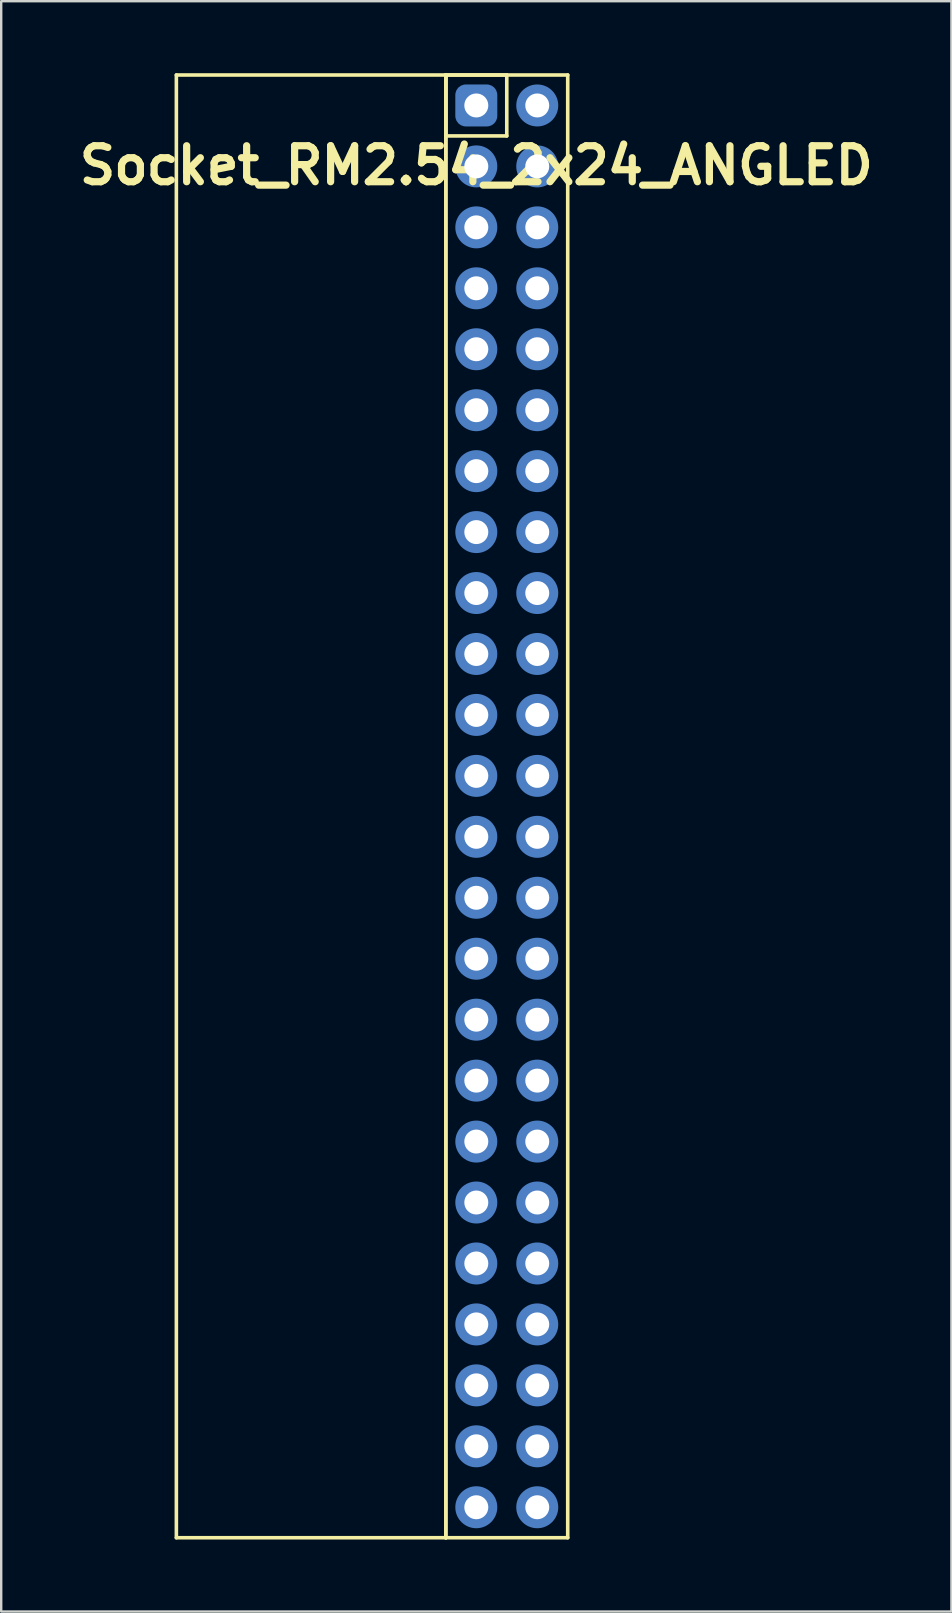
<source format=kicad_pcb>
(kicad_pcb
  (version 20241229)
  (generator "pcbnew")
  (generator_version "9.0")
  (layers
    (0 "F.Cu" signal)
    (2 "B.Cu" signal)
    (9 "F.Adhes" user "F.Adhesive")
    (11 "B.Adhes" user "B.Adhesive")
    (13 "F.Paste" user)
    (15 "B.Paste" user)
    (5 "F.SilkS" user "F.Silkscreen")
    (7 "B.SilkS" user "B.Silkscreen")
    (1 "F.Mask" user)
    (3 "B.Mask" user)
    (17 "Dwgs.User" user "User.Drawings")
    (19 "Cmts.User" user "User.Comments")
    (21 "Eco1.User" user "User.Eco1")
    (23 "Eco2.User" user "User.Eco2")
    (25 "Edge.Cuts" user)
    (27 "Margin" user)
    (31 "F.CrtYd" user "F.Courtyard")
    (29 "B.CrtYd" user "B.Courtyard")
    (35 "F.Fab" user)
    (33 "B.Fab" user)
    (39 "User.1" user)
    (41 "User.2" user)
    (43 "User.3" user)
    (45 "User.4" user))
  (footprint "Socket_RM2.54_2x24_ANGLED"
    (layer "F.Cu")
    (at 16.8 1.345)
    (property "Reference" "Socket_RM2.54_2x24_ANGLED" (at 0 2.5 0) (layer "F.SilkS") (effects (font (size 1.5 1.5) (thickness 0.3))))
    (attr through_hole)
    (fp_line (start -12.5 -1.27) (end -1.27 -1.27) (stroke (width 0.15) (type solid)) (layer "F.SilkS"))
    (fp_line (start -12.5 59.69) (end -12.5 -1.27) (stroke (width 0.15) (type solid)) (layer "F.SilkS"))
    (fp_line (start -1.27 -1.27) (end -1.27 59.69) (stroke (width 0.15) (type solid)) (layer "F.SilkS"))
    (fp_line (start -1.27 -1.27) (end 1.27 -1.27) (stroke (width 0.15) (type solid)) (layer "F.SilkS"))
    (fp_line (start -1.27 -1.27) (end 3.81 -1.27) (stroke (width 0.15) (type solid)) (layer "F.SilkS"))
    (fp_line (start -1.27 1.27) (end -1.27 -1.27) (stroke (width 0.15) (type solid)) (layer "F.SilkS"))
    (fp_line (start -1.27 59.69) (end -12.5 59.69) (stroke (width 0.15) (type solid)) (layer "F.SilkS"))
    (fp_line (start -1.27 59.69) (end -1.27 -1.27) (stroke (width 0.15) (type solid)) (layer "F.SilkS"))
    (fp_line (start 1.27 -1.27) (end 1.27 1.27) (stroke (width 0.15) (type solid)) (layer "F.SilkS"))
    (fp_line (start 1.27 1.27) (end -1.27 1.27) (stroke (width 0.15) (type solid)) (layer "F.SilkS"))
    (fp_line (start 3.81 -1.27) (end 3.81 59.69) (stroke (width 0.15) (type solid)) (layer "F.SilkS"))
    (fp_line (start 3.81 59.69) (end -1.27 59.69) (stroke (width 0.15) (type solid)) (layer "F.SilkS"))
    (pad "1" thru_hole circle (at 0 0) (size 1.3 1.3) (drill 1) (layers "*.Cu" "*.Mask"))
    (pad "1" smd roundrect (at 0 0) (size 1.5 1.5) (layers "F.Cu" "F.Mask") (roundrect_rratio 0.25))
    (pad "1" smd roundrect (at 0 0) (size 1.75 1.75) (layers "B.Cu" "B.Mask") (roundrect_rratio 0.25))
    (pad "2" thru_hole circle (at 2.54 0) (size 1.3 1.3) (drill 1) (layers "*.Cu" "*.Mask"))
    (pad "2" smd circle (at 2.54 0) (size 1.5 1.5) (layers "F.Cu" "F.Mask"))
    (pad "2" smd circle (at 2.54 0) (size 1.75 1.75) (layers "B.Cu" "B.Mask"))
    (pad "3" thru_hole circle (at 0 2.54) (size 1.3 1.3) (drill 1) (layers "*.Cu" "*.Mask"))
    (pad "3" smd circle (at 0 2.54) (size 1.5 1.5) (layers "F.Cu" "F.Mask"))
    (pad "3" smd circle (at 0 2.54) (size 1.75 1.75) (layers "B.Cu" "B.Mask"))
    (pad "4" thru_hole circle (at 2.54 2.54) (size 1.3 1.3) (drill 1) (layers "*.Cu" "*.Mask"))
    (pad "4" smd circle (at 2.54 2.54) (size 1.5 1.5) (layers "F.Cu" "F.Mask"))
    (pad "4" smd circle (at 2.54 2.54) (size 1.75 1.75) (layers "B.Cu" "B.Mask"))
    (pad "5" thru_hole circle (at 0 5.08) (size 1.3 1.3) (drill 1) (layers "*.Cu" "*.Mask"))
    (pad "5" smd circle (at 0 5.08) (size 1.5 1.5) (layers "F.Cu" "F.Mask"))
    (pad "5" smd circle (at 0 5.08) (size 1.75 1.75) (layers "B.Cu" "B.Mask"))
    (pad "6" thru_hole circle (at 2.54 5.08) (size 1.3 1.3) (drill 1) (layers "*.Cu" "*.Mask"))
    (pad "6" smd circle (at 2.54 5.08) (size 1.5 1.5) (layers "F.Cu" "F.Mask"))
    (pad "6" smd circle (at 2.54 5.08) (size 1.75 1.75) (layers "B.Cu" "B.Mask"))
    (pad "7" thru_hole circle (at 0 7.62) (size 1.3 1.3) (drill 1) (layers "*.Cu" "*.Mask"))
    (pad "7" smd circle (at 0 7.62) (size 1.5 1.5) (layers "F.Cu" "F.Mask"))
    (pad "7" smd circle (at 0 7.62) (size 1.75 1.75) (layers "B.Cu" "B.Mask"))
    (pad "8" thru_hole circle (at 2.54 7.62) (size 1.3 1.3) (drill 1) (layers "*.Cu" "*.Mask"))
    (pad "8" smd circle (at 2.54 7.62) (size 1.5 1.5) (layers "F.Cu" "F.Mask"))
    (pad "8" smd circle (at 2.54 7.62) (size 1.75 1.75) (layers "B.Cu" "B.Mask"))
    (pad "9" thru_hole circle (at 0 10.16) (size 1.3 1.3) (drill 1) (layers "*.Cu" "*.Mask"))
    (pad "9" smd circle (at 0 10.16) (size 1.5 1.5) (layers "F.Cu" "F.Mask"))
    (pad "9" smd circle (at 0 10.16) (size 1.75 1.75) (layers "B.Cu" "B.Mask"))
    (pad "10" thru_hole circle (at 2.54 10.16) (size 1.3 1.3) (drill 1) (layers "*.Cu" "*.Mask"))
    (pad "10" smd circle (at 2.54 10.16) (size 1.5 1.5) (layers "F.Cu" "F.Mask"))
    (pad "10" smd circle (at 2.54 10.16) (size 1.75 1.75) (layers "B.Cu" "B.Mask"))
    (pad "11" thru_hole circle (at 0 12.7) (size 1.3 1.3) (drill 1) (layers "*.Cu" "*.Mask"))
    (pad "11" smd circle (at 0 12.7) (size 1.5 1.5) (layers "F.Cu" "F.Mask"))
    (pad "11" smd circle (at 0 12.7) (size 1.75 1.75) (layers "B.Cu" "B.Mask"))
    (pad "12" thru_hole circle (at 2.54 12.7) (size 1.3 1.3) (drill 1) (layers "*.Cu" "*.Mask"))
    (pad "12" smd circle (at 2.54 12.7) (size 1.5 1.5) (layers "F.Cu" "F.Mask"))
    (pad "12" smd circle (at 2.54 12.7) (size 1.75 1.75) (layers "B.Cu" "B.Mask"))
    (pad "13" thru_hole circle (at 0 15.24) (size 1.3 1.3) (drill 1) (layers "*.Cu" "*.Mask"))
    (pad "13" smd circle (at 0 15.24) (size 1.5 1.5) (layers "F.Cu" "F.Mask"))
    (pad "13" smd circle (at 0 15.24) (size 1.75 1.75) (layers "B.Cu" "B.Mask"))
    (pad "14" thru_hole circle (at 2.54 15.24) (size 1.3 1.3) (drill 1) (layers "*.Cu" "*.Mask"))
    (pad "14" smd circle (at 2.54 15.24) (size 1.5 1.5) (layers "F.Cu" "F.Mask"))
    (pad "14" smd circle (at 2.54 15.24) (size 1.75 1.75) (layers "B.Cu" "B.Mask"))
    (pad "15" thru_hole circle (at 0 17.78) (size 1.3 1.3) (drill 1) (layers "*.Cu" "*.Mask"))
    (pad "15" smd circle (at 0 17.78) (size 1.5 1.5) (layers "F.Cu" "F.Mask"))
    (pad "15" smd circle (at 0 17.78) (size 1.75 1.75) (layers "B.Cu" "B.Mask"))
    (pad "16" thru_hole circle (at 2.54 17.78) (size 1.3 1.3) (drill 1) (layers "*.Cu" "*.Mask"))
    (pad "16" smd circle (at 2.54 17.78) (size 1.5 1.5) (layers "F.Cu" "F.Mask"))
    (pad "16" smd circle (at 2.54 17.78) (size 1.75 1.75) (layers "B.Cu" "B.Mask"))
    (pad "17" thru_hole circle (at 0 20.32) (size 1.3 1.3) (drill 1) (layers "*.Cu" "*.Mask"))
    (pad "17" smd circle (at 0 20.32) (size 1.5 1.5) (layers "F.Cu" "F.Mask"))
    (pad "17" smd circle (at 0 20.32) (size 1.75 1.75) (layers "B.Cu" "B.Mask"))
    (pad "18" thru_hole circle (at 2.54 20.32) (size 1.3 1.3) (drill 1) (layers "*.Cu" "*.Mask"))
    (pad "18" smd circle (at 2.54 20.32) (size 1.5 1.5) (layers "F.Cu" "F.Mask"))
    (pad "18" smd circle (at 2.54 20.32) (size 1.75 1.75) (layers "B.Cu" "B.Mask"))
    (pad "19" thru_hole circle (at 0 22.86) (size 1.3 1.3) (drill 1) (layers "*.Cu" "*.Mask"))
    (pad "19" smd circle (at 0 22.86) (size 1.5 1.5) (layers "F.Cu" "F.Mask"))
    (pad "19" smd circle (at 0 22.86) (size 1.75 1.75) (layers "B.Cu" "B.Mask"))
    (pad "20" thru_hole circle (at 2.54 22.86) (size 1.3 1.3) (drill 1) (layers "*.Cu" "*.Mask"))
    (pad "20" smd circle (at 2.54 22.86) (size 1.5 1.5) (layers "F.Cu" "F.Mask"))
    (pad "20" smd circle (at 2.54 22.86) (size 1.75 1.75) (layers "B.Cu" "B.Mask"))
    (pad "21" thru_hole circle (at 0 25.4) (size 1.3 1.3) (drill 1) (layers "*.Cu" "*.Mask"))
    (pad "21" smd circle (at 0 25.4) (size 1.5 1.5) (layers "F.Cu" "F.Mask"))
    (pad "21" smd circle (at 0 25.4) (size 1.75 1.75) (layers "B.Cu" "B.Mask"))
    (pad "22" thru_hole circle (at 2.54 25.4) (size 1.3 1.3) (drill 1) (layers "*.Cu" "*.Mask"))
    (pad "22" smd circle (at 2.54 25.4) (size 1.5 1.5) (layers "F.Cu" "F.Mask"))
    (pad "22" smd circle (at 2.54 25.4) (size 1.75 1.75) (layers "B.Cu" "B.Mask"))
    (pad "23" thru_hole circle (at 0 27.94) (size 1.3 1.3) (drill 1) (layers "*.Cu" "*.Mask"))
    (pad "23" smd circle (at 0 27.94) (size 1.5 1.5) (layers "F.Cu" "F.Mask"))
    (pad "23" smd circle (at 0 27.94) (size 1.75 1.75) (layers "B.Cu" "B.Mask"))
    (pad "24" thru_hole circle (at 2.54 27.94) (size 1.3 1.3) (drill 1) (layers "*.Cu" "*.Mask"))
    (pad "24" smd circle (at 2.54 27.94) (size 1.5 1.5) (layers "F.Cu" "F.Mask"))
    (pad "24" smd circle (at 2.54 27.94) (size 1.75 1.75) (layers "B.Cu" "B.Mask"))
    (pad "25" thru_hole circle (at 0 30.48) (size 1.3 1.3) (drill 1) (layers "*.Cu" "*.Mask"))
    (pad "25" smd circle (at 0 30.48) (size 1.5 1.5) (layers "F.Cu" "F.Mask"))
    (pad "25" smd circle (at 0 30.48) (size 1.75 1.75) (layers "B.Cu" "B.Mask"))
    (pad "26" thru_hole circle (at 2.54 30.48) (size 1.3 1.3) (drill 1) (layers "*.Cu" "*.Mask"))
    (pad "26" smd circle (at 2.54 30.48) (size 1.5 1.5) (layers "F.Cu" "F.Mask"))
    (pad "26" smd circle (at 2.54 30.48) (size 1.75 1.75) (layers "B.Cu" "B.Mask"))
    (pad "27" thru_hole circle (at 0 33.02) (size 1.3 1.3) (drill 1) (layers "*.Cu" "*.Mask"))
    (pad "27" smd circle (at 0 33.02) (size 1.5 1.5) (layers "F.Cu" "F.Mask"))
    (pad "27" smd circle (at 0 33.02) (size 1.75 1.75) (layers "B.Cu" "B.Mask"))
    (pad "28" thru_hole circle (at 2.54 33.02) (size 1.3 1.3) (drill 1) (layers "*.Cu" "*.Mask"))
    (pad "28" smd circle (at 2.54 33.02) (size 1.5 1.5) (layers "F.Cu" "F.Mask"))
    (pad "28" smd circle (at 2.54 33.02) (size 1.75 1.75) (layers "B.Cu" "B.Mask"))
    (pad "29" thru_hole circle (at 0 35.56) (size 1.3 1.3) (drill 1) (layers "*.Cu" "*.Mask"))
    (pad "29" smd circle (at 0 35.56) (size 1.5 1.5) (layers "F.Cu" "F.Mask"))
    (pad "29" smd circle (at 0 35.56) (size 1.75 1.75) (layers "B.Cu" "B.Mask"))
    (pad "30" thru_hole circle (at 2.54 35.56) (size 1.3 1.3) (drill 1) (layers "*.Cu" "*.Mask"))
    (pad "30" smd circle (at 2.54 35.56) (size 1.5 1.5) (layers "F.Cu" "F.Mask"))
    (pad "30" smd circle (at 2.54 35.56) (size 1.75 1.75) (layers "B.Cu" "B.Mask"))
    (pad "31" thru_hole circle (at 0 38.1) (size 1.3 1.3) (drill 1) (layers "*.Cu" "*.Mask"))
    (pad "31" smd circle (at 0 38.1) (size 1.5 1.5) (layers "F.Cu" "F.Mask"))
    (pad "31" smd circle (at 0 38.1) (size 1.75 1.75) (layers "B.Cu" "B.Mask"))
    (pad "32" thru_hole circle (at 2.54 38.1) (size 1.3 1.3) (drill 1) (layers "*.Cu" "*.Mask"))
    (pad "32" smd circle (at 2.54 38.1) (size 1.5 1.5) (layers "F.Cu" "F.Mask"))
    (pad "32" smd circle (at 2.54 38.1) (size 1.75 1.75) (layers "B.Cu" "B.Mask"))
    (pad "33" thru_hole circle (at 0 40.64) (size 1.3 1.3) (drill 1) (layers "*.Cu" "*.Mask"))
    (pad "33" smd circle (at 0 40.64) (size 1.5 1.5) (layers "F.Cu" "F.Mask"))
    (pad "33" smd circle (at 0 40.64) (size 1.75 1.75) (layers "B.Cu" "B.Mask"))
    (pad "34" thru_hole circle (at 2.54 40.64) (size 1.3 1.3) (drill 1) (layers "*.Cu" "*.Mask"))
    (pad "34" smd circle (at 2.54 40.64) (size 1.5 1.5) (layers "F.Cu" "F.Mask"))
    (pad "34" smd circle (at 2.54 40.64) (size 1.75 1.75) (layers "B.Cu" "B.Mask"))
    (pad "35" thru_hole circle (at 0 43.18) (size 1.3 1.3) (drill 1) (layers "*.Cu" "*.Mask"))
    (pad "35" smd circle (at 0 43.18) (size 1.5 1.5) (layers "F.Cu" "F.Mask"))
    (pad "35" smd circle (at 0 43.18) (size 1.75 1.75) (layers "B.Cu" "B.Mask"))
    (pad "36" thru_hole circle (at 2.54 43.18) (size 1.3 1.3) (drill 1) (layers "*.Cu" "*.Mask"))
    (pad "36" smd circle (at 2.54 43.18) (size 1.5 1.5) (layers "F.Cu" "F.Mask"))
    (pad "36" smd circle (at 2.54 43.18) (size 1.75 1.75) (layers "B.Cu" "B.Mask"))
    (pad "37" thru_hole circle (at 0 45.72) (size 1.3 1.3) (drill 1) (layers "*.Cu" "*.Mask"))
    (pad "37" smd circle (at 0 45.72) (size 1.5 1.5) (layers "F.Cu" "F.Mask"))
    (pad "37" smd circle (at 0 45.72) (size 1.75 1.75) (layers "B.Cu" "B.Mask"))
    (pad "38" thru_hole circle (at 2.54 45.72) (size 1.3 1.3) (drill 1) (layers "*.Cu" "*.Mask"))
    (pad "38" smd circle (at 2.54 45.72) (size 1.5 1.5) (layers "F.Cu" "F.Mask"))
    (pad "38" smd circle (at 2.54 45.72) (size 1.75 1.75) (layers "B.Cu" "B.Mask"))
    (pad "39" thru_hole circle (at 0 48.26) (size 1.3 1.3) (drill 1) (layers "*.Cu" "*.Mask"))
    (pad "39" smd circle (at 0 48.26) (size 1.5 1.5) (layers "F.Cu" "F.Mask"))
    (pad "39" smd circle (at 0 48.26) (size 1.75 1.75) (layers "B.Cu" "B.Mask"))
    (pad "40" thru_hole circle (at 2.54 48.26) (size 1.3 1.3) (drill 1) (layers "*.Cu" "*.Mask"))
    (pad "40" smd circle (at 2.54 48.26) (size 1.5 1.5) (layers "F.Cu" "F.Mask"))
    (pad "40" smd circle (at 2.54 48.26) (size 1.75 1.75) (layers "B.Cu" "B.Mask"))
    (pad "41" thru_hole circle (at 0 50.8) (size 1.3 1.3) (drill 1) (layers "*.Cu" "*.Mask"))
    (pad "41" smd circle (at 0 50.8) (size 1.5 1.5) (layers "F.Cu" "F.Mask"))
    (pad "41" smd circle (at 0 50.8) (size 1.75 1.75) (layers "B.Cu" "B.Mask"))
    (pad "42" thru_hole circle (at 2.54 50.8) (size 1.3 1.3) (drill 1) (layers "*.Cu" "*.Mask"))
    (pad "42" smd circle (at 2.54 50.8) (size 1.5 1.5) (layers "F.Cu" "F.Mask"))
    (pad "42" smd circle (at 2.54 50.8) (size 1.75 1.75) (layers "B.Cu" "B.Mask"))
    (pad "43" thru_hole circle (at 0 53.34) (size 1.3 1.3) (drill 1) (layers "*.Cu" "*.Mask"))
    (pad "43" smd circle (at 0 53.34) (size 1.5 1.5) (layers "F.Cu" "F.Mask"))
    (pad "43" smd circle (at 0 53.34) (size 1.75 1.75) (layers "B.Cu" "B.Mask"))
    (pad "44" thru_hole circle (at 2.54 53.34) (size 1.3 1.3) (drill 1) (layers "*.Cu" "*.Mask"))
    (pad "44" smd circle (at 2.54 53.34) (size 1.5 1.5) (layers "F.Cu" "F.Mask"))
    (pad "44" smd circle (at 2.54 53.34) (size 1.75 1.75) (layers "B.Cu" "B.Mask"))
    (pad "45" thru_hole circle (at 0 55.88) (size 1.3 1.3) (drill 1) (layers "*.Cu" "*.Mask"))
    (pad "45" smd circle (at 0 55.88) (size 1.5 1.5) (layers "F.Cu" "F.Mask"))
    (pad "45" smd circle (at 0 55.88) (size 1.75 1.75) (layers "B.Cu" "B.Mask"))
    (pad "46" thru_hole circle (at 2.54 55.88) (size 1.3 1.3) (drill 1) (layers "*.Cu" "*.Mask"))
    (pad "46" smd circle (at 2.54 55.88) (size 1.5 1.5) (layers "F.Cu" "F.Mask"))
    (pad "46" smd circle (at 2.54 55.88) (size 1.75 1.75) (layers "B.Cu" "B.Mask"))
    (pad "47" thru_hole circle (at 0 58.42) (size 1.3 1.3) (drill 1) (layers "*.Cu" "*.Mask"))
    (pad "47" smd circle (at 0 58.42) (size 1.5 1.5) (layers "F.Cu" "F.Mask"))
    (pad "47" smd circle (at 0 58.42) (size 1.75 1.75) (layers "B.Cu" "B.Mask"))
    (pad "48" thru_hole circle (at 2.54 58.42) (size 1.3 1.3) (drill 1) (layers "*.Cu" "*.Mask"))
    (pad "48" smd circle (at 2.54 58.42) (size 1.5 1.5) (layers "F.Cu" "F.Mask"))
    (pad "48" smd circle (at 2.54 58.42) (size 1.75 1.75) (layers "B.Cu" "B.Mask")))
  (gr_rect
    (start -3 -3)
    (end 36.6 64.11)
    (stroke (width 0.1) (type default))
    (fill no)
    (layer "Edge.Cuts")))
</source>
